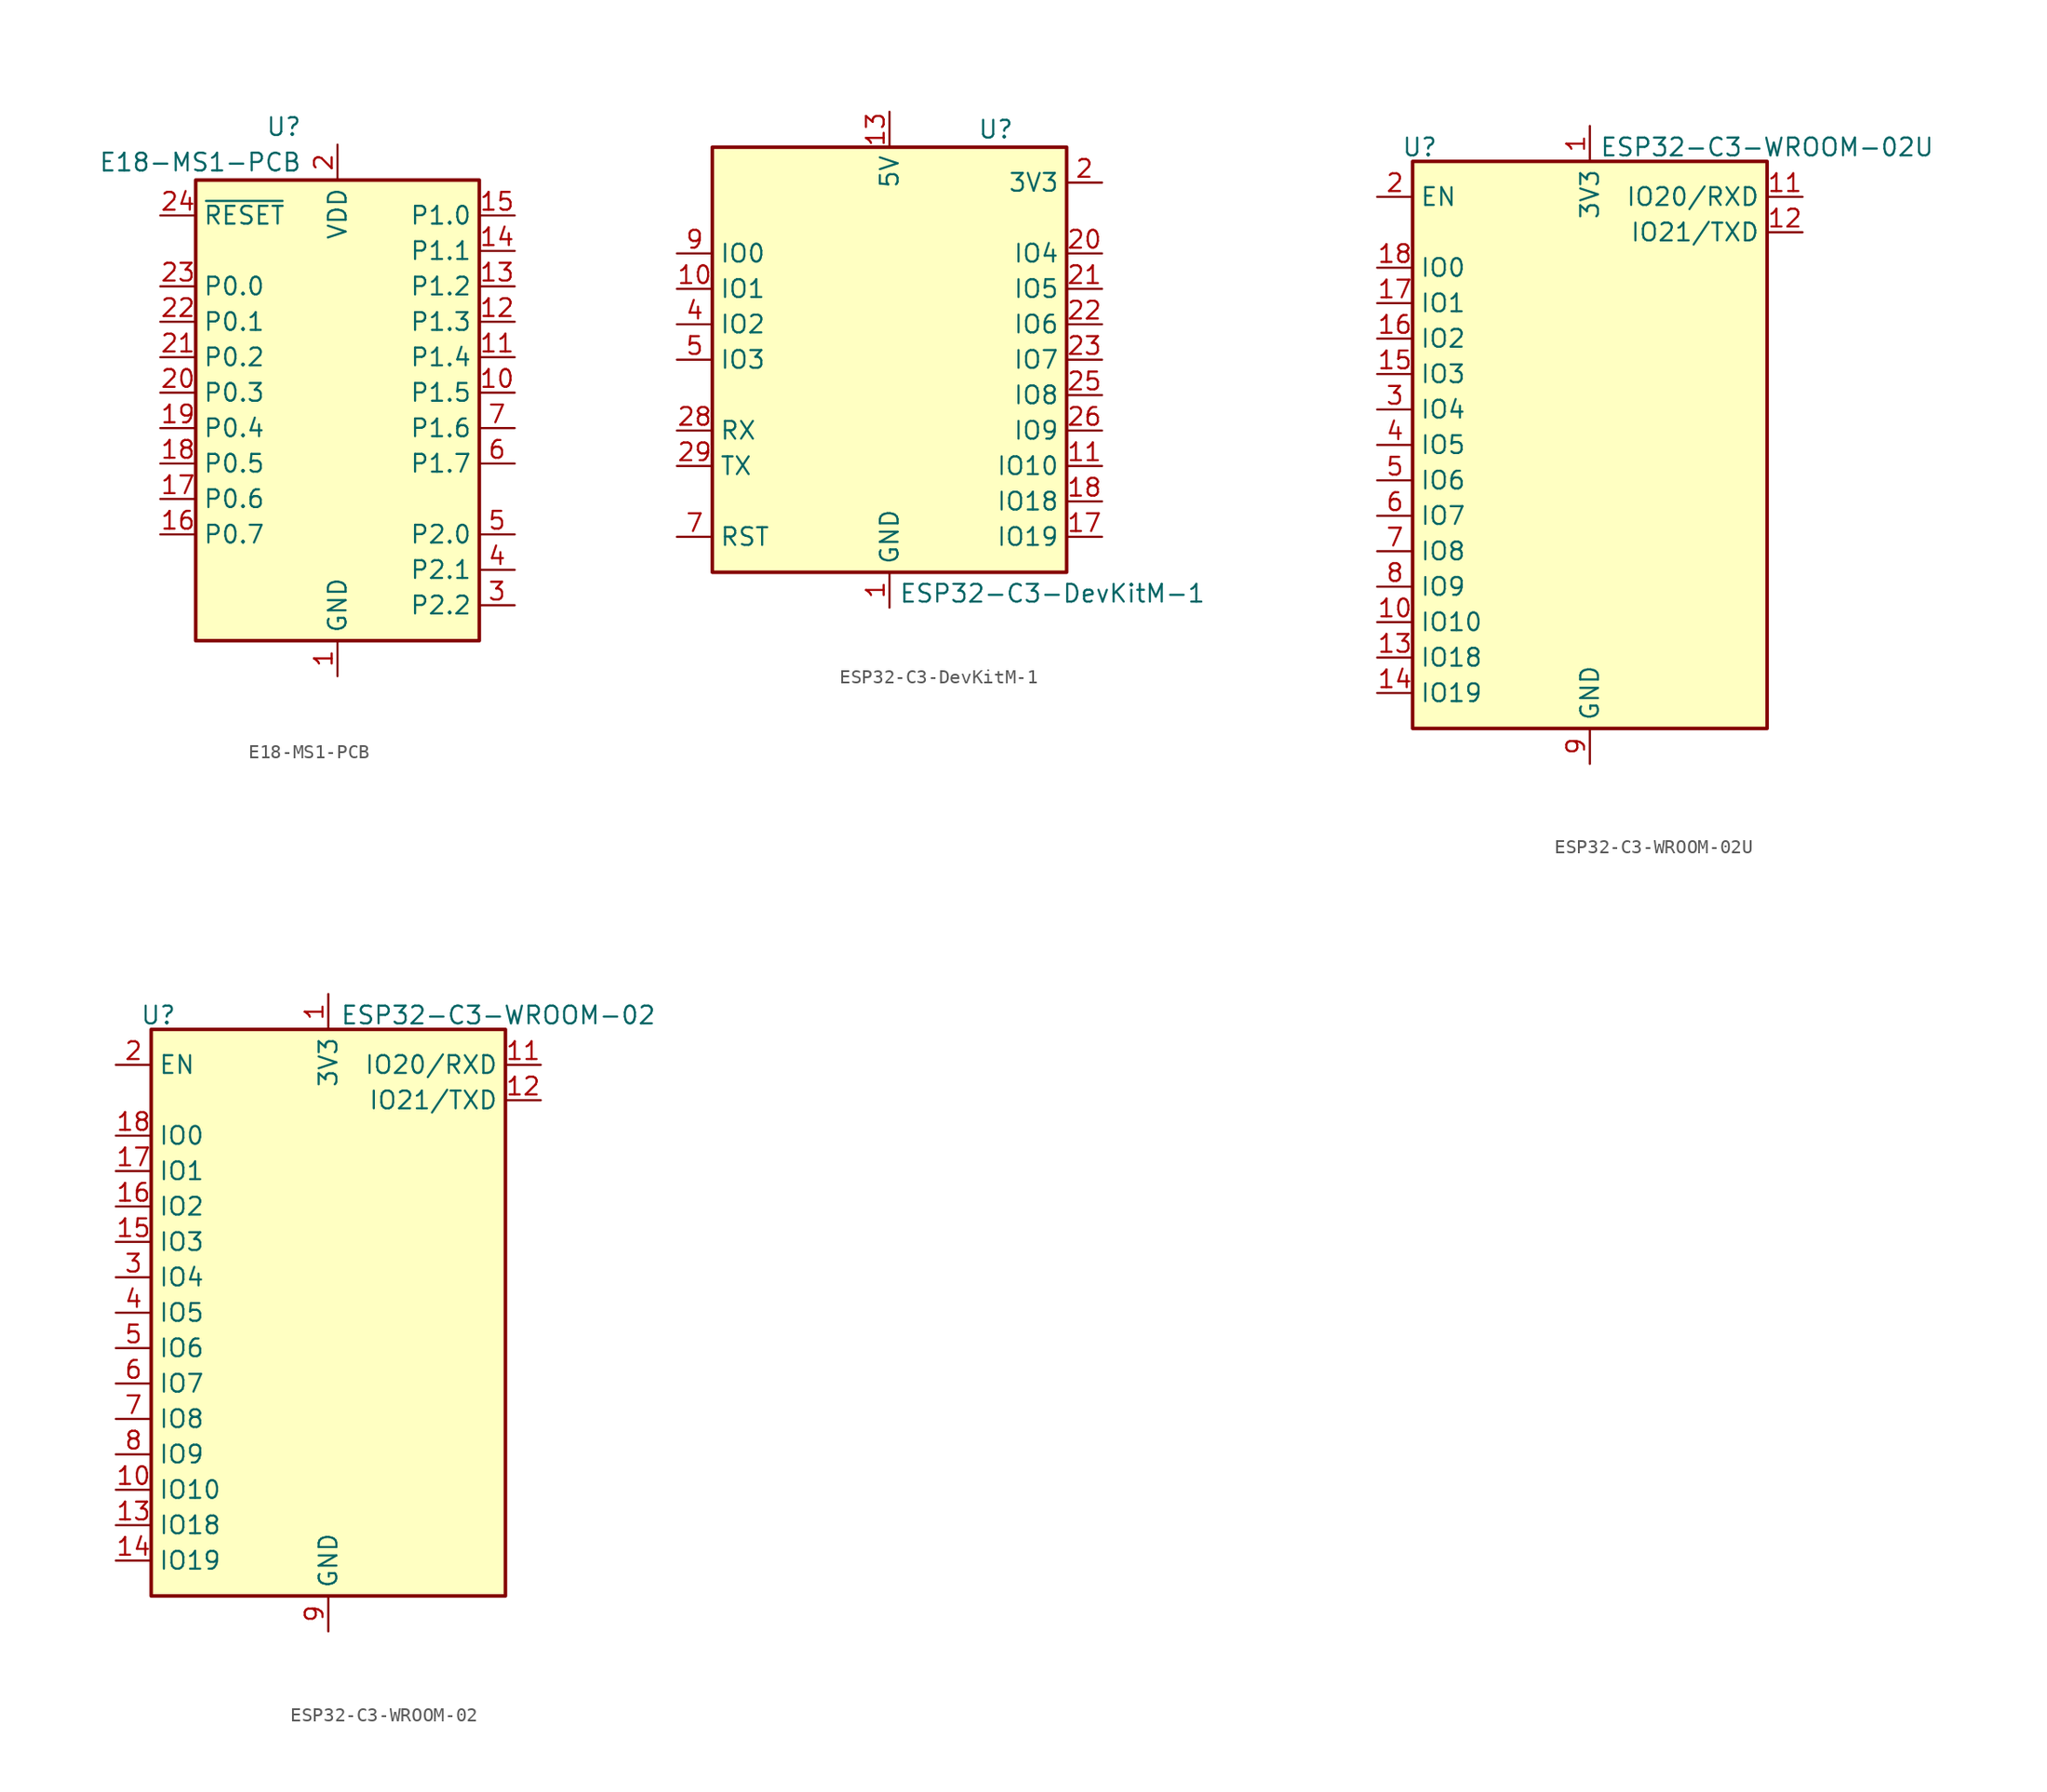
<source format=kicad_sym>
(kicad_symbol_lib
  (version 20241209)
  (generator "kicad_symbol_editor")
  (generator_version "9.0")
  (symbol "E18-MS1-PCB"
    (property "Reference" "U"
      (at -2.54 21.59 0)
      (effects (font (size 1.27 1.27)) (justify right)))
    (property "Value" "E18-MS1-PCB"
      (at -2.54 19.05 0)
      (effects (font (size 1.27 1.27)) (justify right)))
    (symbol "E18-MS1-PCB_0_1"
      (rectangle (start -10.16 17.78) (end 10.16 -15.24) (stroke (width 0.254) (type default)) (fill (type background))))
    (symbol "E18-MS1-PCB_1_1"
      (pin input line (at -12.7 15.24 0) (length 2.54) (name "~{RESET}" (effects (font (size 1.27 1.27)))) (number "24" (effects (font (size 1.27 1.27)))))
      (pin bidirectional line (at -12.7 10.16 0) (length 2.54) (name "P0.0" (effects (font (size 1.27 1.27)))) (number "23" (effects (font (size 1.27 1.27)))))
      (pin bidirectional line (at -12.7 7.62 0) (length 2.54) (name "P0.1" (effects (font (size 1.27 1.27)))) (number "22" (effects (font (size 1.27 1.27)))))
      (pin bidirectional line (at -12.7 5.08 0) (length 2.54) (name "P0.2" (effects (font (size 1.27 1.27)))) (number "21" (effects (font (size 1.27 1.27)))))
      (pin bidirectional line (at -12.7 2.54 0) (length 2.54) (name "P0.3" (effects (font (size 1.27 1.27)))) (number "20" (effects (font (size 1.27 1.27)))))
      (pin bidirectional line (at -12.7 0 0) (length 2.54) (name "P0.4" (effects (font (size 1.27 1.27)))) (number "19" (effects (font (size 1.27 1.27)))))
      (pin bidirectional line (at -12.7 -2.54 0) (length 2.54) (name "P0.5" (effects (font (size 1.27 1.27)))) (number "18" (effects (font (size 1.27 1.27)))))
      (pin bidirectional line (at -12.7 -5.08 0) (length 2.54) (name "P0.6" (effects (font (size 1.27 1.27)))) (number "17" (effects (font (size 1.27 1.27)))))
      (pin bidirectional line (at -12.7 -7.62 0) (length 2.54) (name "P0.7" (effects (font (size 1.27 1.27)))) (number "16" (effects (font (size 1.27 1.27)))))
      (pin no_connect line (at -10.16 -10.16 0) (length 2.54) (hide yes) (name "NC" (effects (font (size 1.27 1.27)))) (number "8" (effects (font (size 1.27 1.27)))))
      (pin no_connect line (at -10.16 -12.7 0) (length 2.54) (hide yes) (name "NC" (effects (font (size 1.27 1.27)))) (number "9" (effects (font (size 1.27 1.27)))))
      (pin power_in line (at 0 20.32 270) (length 2.54) (name "VDD" (effects (font (size 1.27 1.27)))) (number "2" (effects (font (size 1.27 1.27)))))
      (pin power_in line (at 0 -17.78 90) (length 2.54) (name "GND" (effects (font (size 1.27 1.27)))) (number "1" (effects (font (size 1.27 1.27)))))
      (pin bidirectional line (at 12.7 15.24 180) (length 2.54) (name "P1.0" (effects (font (size 1.27 1.27)))) (number "15" (effects (font (size 1.27 1.27)))))
      (pin bidirectional line (at 12.7 12.7 180) (length 2.54) (name "P1.1" (effects (font (size 1.27 1.27)))) (number "14" (effects (font (size 1.27 1.27)))))
      (pin bidirectional line (at 12.7 10.16 180) (length 2.54) (name "P1.2" (effects (font (size 1.27 1.27)))) (number "13" (effects (font (size 1.27 1.27)))))
      (pin bidirectional line (at 12.7 7.62 180) (length 2.54) (name "P1.3" (effects (font (size 1.27 1.27)))) (number "12" (effects (font (size 1.27 1.27)))))
      (pin bidirectional line (at 12.7 5.08 180) (length 2.54) (name "P1.4" (effects (font (size 1.27 1.27)))) (number "11" (effects (font (size 1.27 1.27)))))
      (pin bidirectional line (at 12.7 2.54 180) (length 2.54) (name "P1.5" (effects (font (size 1.27 1.27)))) (number "10" (effects (font (size 1.27 1.27)))))
      (pin bidirectional line (at 12.7 0 180) (length 2.54) (name "P1.6" (effects (font (size 1.27 1.27)))) (number "7" (effects (font (size 1.27 1.27)))))
      (pin bidirectional line (at 12.7 -2.54 180) (length 2.54) (name "P1.7" (effects (font (size 1.27 1.27)))) (number "6" (effects (font (size 1.27 1.27)))))
      (pin bidirectional line (at 12.7 -7.62 180) (length 2.54) (name "P2.0" (effects (font (size 1.27 1.27)))) (number "5" (effects (font (size 1.27 1.27)))))
      (pin bidirectional line (at 12.7 -10.16 180) (length 2.54) (name "P2.1" (effects (font (size 1.27 1.27)))) (number "4" (effects (font (size 1.27 1.27)))))
      (pin bidirectional line (at 12.7 -12.7 180) (length 2.54) (name "P2.2" (effects (font (size 1.27 1.27)))) (number "3" (effects (font (size 1.27 1.27)))))))
  (symbol "ESP32-C3-DevKitM-1"
    (property "Reference" "U"
      (at 7.62 16.51 0)
      (effects (font (size 1.27 1.27))))
    (property "Value" "ESP32-C3-DevKitM-1"
      (at 11.684 -16.764 0)
      (effects (font (size 1.27 1.27))))
    (symbol "ESP32-C3-DevKitM-1_1_1"
      (rectangle (start -12.7 15.24) (end 12.7 -15.24) (stroke (width 0.254) (type default)) (fill (type background)))
      (pin bidirectional line (at -15.24 7.62 0) (length 2.54) (name "IO0" (effects (font (size 1.27 1.27)))) (number "9" (effects (font (size 1.27 1.27)))) (alternate "ADC1_CH0" passive line) (alternate "XTAL_32K_P" passive line))
      (pin bidirectional line (at -15.24 5.08 0) (length 2.54) (name "IO1" (effects (font (size 1.27 1.27)))) (number "10" (effects (font (size 1.27 1.27)))) (alternate "ADC1_CH1" passive line) (alternate "XTAL_32K_N" passive line))
      (pin bidirectional line (at -15.24 2.54 0) (length 2.54) (name "IO2" (effects (font (size 1.27 1.27)))) (number "4" (effects (font (size 1.27 1.27)))) (alternate "ADC1_CH0" passive line) (alternate "FSPIQ" passive line))
      (pin bidirectional line (at -15.24 0 0) (length 2.54) (name "IO3" (effects (font (size 1.27 1.27)))) (number "5" (effects (font (size 1.27 1.27)))) (alternate "ADC1_CH3" passive line))
      (pin input line (at -15.24 -5.08 0) (length 2.54) (name "RX" (effects (font (size 1.27 1.27)))) (number "28" (effects (font (size 1.27 1.27)))) (alternate "IO20" passive line))
      (pin output line (at -15.24 -7.62 0) (length 2.54) (name "TX" (effects (font (size 1.27 1.27)))) (number "29" (effects (font (size 1.27 1.27)))) (alternate "IO21" passive line))
      (pin input line (at -15.24 -12.7 0) (length 2.54) (name "RST" (effects (font (size 1.27 1.27)))) (number "7" (effects (font (size 1.27 1.27)))))
      (pin passive line (at 0 17.78 270) (length 2.54) (name "5V" (effects (font (size 1.27 1.27)))) (number "13" (effects (font (size 1.27 1.27)))))
      (pin passive line (at 0 17.78 270) (length 2.54) (hide yes) (name "5V" (effects (font (size 1.27 1.27)))) (number "14" (effects (font (size 1.27 1.27)))))
      (pin power_in line (at 0 -17.78 90) (length 2.54) (name "GND" (effects (font (size 1.27 1.27)))) (number "1" (effects (font (size 1.27 1.27)))))
      (pin passive line (at 0 -17.78 90) (length 2.54) (hide yes) (name "GND" (effects (font (size 1.27 1.27)))) (number "12" (effects (font (size 1.27 1.27)))))
      (pin passive line (at 0 -17.78 90) (length 2.54) (hide yes) (name "GND" (effects (font (size 1.27 1.27)))) (number "15" (effects (font (size 1.27 1.27)))))
      (pin passive line (at 0 -17.78 90) (length 2.54) (hide yes) (name "GND" (effects (font (size 1.27 1.27)))) (number "16" (effects (font (size 1.27 1.27)))))
      (pin passive line (at 0 -17.78 90) (length 2.54) (hide yes) (name "GND" (effects (font (size 1.27 1.27)))) (number "19" (effects (font (size 1.27 1.27)))))
      (pin passive line (at 0 -17.78 90) (length 2.54) (hide yes) (name "GND" (effects (font (size 1.27 1.27)))) (number "24" (effects (font (size 1.27 1.27)))))
      (pin passive line (at 0 -17.78 90) (length 2.54) (hide yes) (name "GND" (effects (font (size 1.27 1.27)))) (number "27" (effects (font (size 1.27 1.27)))))
      (pin passive line (at 0 -17.78 90) (length 2.54) (hide yes) (name "GND" (effects (font (size 1.27 1.27)))) (number "30" (effects (font (size 1.27 1.27)))))
      (pin passive line (at 0 -17.78 90) (length 2.54) (hide yes) (name "GND" (effects (font (size 1.27 1.27)))) (number "6" (effects (font (size 1.27 1.27)))))
      (pin passive line (at 0 -17.78 90) (length 2.54) (hide yes) (name "GND" (effects (font (size 1.27 1.27)))) (number "8" (effects (font (size 1.27 1.27)))))
      (pin power_out line (at 15.24 12.7 180) (length 2.54) (name "3V3" (effects (font (size 1.27 1.27)))) (number "2" (effects (font (size 1.27 1.27)))))
      (pin passive line (at 15.24 12.7 180) (length 2.54) (hide yes) (name "3V3" (effects (font (size 1.27 1.27)))) (number "3" (effects (font (size 1.27 1.27)))))
      (pin bidirectional line (at 15.24 7.62 180) (length 2.54) (name "IO4" (effects (font (size 1.27 1.27)))) (number "20" (effects (font (size 1.27 1.27)))) (alternate "ADC1_CH4" passive line) (alternate "FSPIHD" passive line) (alternate "MTMS" passive line))
      (pin bidirectional line (at 15.24 5.08 180) (length 2.54) (name "IO5" (effects (font (size 1.27 1.27)))) (number "21" (effects (font (size 1.27 1.27)))) (alternate "ADC2_CH0" passive line) (alternate "FSPIWP" passive line) (alternate "MTDI" passive line))
      (pin bidirectional line (at 15.24 2.54 180) (length 2.54) (name "IO6" (effects (font (size 1.27 1.27)))) (number "22" (effects (font (size 1.27 1.27)))) (alternate "FSPICLK" passive line) (alternate "MTCK" passive line))
      (pin bidirectional line (at 15.24 0 180) (length 2.54) (name "IO7" (effects (font (size 1.27 1.27)))) (number "23" (effects (font (size 1.27 1.27)))) (alternate "FSPID" passive line) (alternate "MTDO" passive line))
      (pin bidirectional line (at 15.24 -2.54 180) (length 2.54) (name "IO8" (effects (font (size 1.27 1.27)))) (number "25" (effects (font (size 1.27 1.27)))))
      (pin bidirectional line (at 15.24 -5.08 180) (length 2.54) (name "IO9" (effects (font (size 1.27 1.27)))) (number "26" (effects (font (size 1.27 1.27)))))
      (pin bidirectional line (at 15.24 -7.62 180) (length 2.54) (name "IO10" (effects (font (size 1.27 1.27)))) (number "11" (effects (font (size 1.27 1.27)))) (alternate "FSPICS0" passive line))
      (pin bidirectional line (at 15.24 -10.16 180) (length 2.54) (name "IO18" (effects (font (size 1.27 1.27)))) (number "18" (effects (font (size 1.27 1.27)))) (alternate "USB_D-" passive line))
      (pin bidirectional line (at 15.24 -12.7 180) (length 2.54) (name "IO19" (effects (font (size 1.27 1.27)))) (number "17" (effects (font (size 1.27 1.27)))) (alternate "USB_D+" passive line))))
  (symbol "ESP32-C3-WROOM-02U"
    (property "Reference" "U"
      (at -12.192 21.336 0)
      (effects (font (size 1.27 1.27))))
    (property "Value" "ESP32-C3-WROOM-02U"
      (at 12.7 21.336 0)
      (effects (font (size 1.27 1.27))))
    (symbol "ESP32-C3-WROOM-02U_1_1"
      (rectangle (start -12.7 20.32) (end 12.7 -20.32) (stroke (width 0.254) (type default)) (fill (type background)))
      (pin input line (at -15.24 17.78 0) (length 2.54) (name "EN" (effects (font (size 1.27 1.27)))) (number "2" (effects (font (size 1.27 1.27)))))
      (pin bidirectional line (at -15.24 12.7 0) (length 2.54) (name "IO0" (effects (font (size 1.27 1.27)))) (number "18" (effects (font (size 1.27 1.27)))))
      (pin bidirectional line (at -15.24 10.16 0) (length 2.54) (name "IO1" (effects (font (size 1.27 1.27)))) (number "17" (effects (font (size 1.27 1.27)))))
      (pin bidirectional line (at -15.24 7.62 0) (length 2.54) (name "IO2" (effects (font (size 1.27 1.27)))) (number "16" (effects (font (size 1.27 1.27)))))
      (pin bidirectional line (at -15.24 5.08 0) (length 2.54) (name "IO3" (effects (font (size 1.27 1.27)))) (number "15" (effects (font (size 1.27 1.27)))))
      (pin bidirectional line (at -15.24 2.54 0) (length 2.54) (name "IO4" (effects (font (size 1.27 1.27)))) (number "3" (effects (font (size 1.27 1.27)))))
      (pin bidirectional line (at -15.24 0 0) (length 2.54) (name "IO5" (effects (font (size 1.27 1.27)))) (number "4" (effects (font (size 1.27 1.27)))))
      (pin bidirectional line (at -15.24 -2.54 0) (length 2.54) (name "IO6" (effects (font (size 1.27 1.27)))) (number "5" (effects (font (size 1.27 1.27)))))
      (pin bidirectional line (at -15.24 -5.08 0) (length 2.54) (name "IO7" (effects (font (size 1.27 1.27)))) (number "6" (effects (font (size 1.27 1.27)))))
      (pin bidirectional line (at -15.24 -7.62 0) (length 2.54) (name "IO8" (effects (font (size 1.27 1.27)))) (number "7" (effects (font (size 1.27 1.27)))))
      (pin bidirectional line (at -15.24 -10.16 0) (length 2.54) (name "IO9" (effects (font (size 1.27 1.27)))) (number "8" (effects (font (size 1.27 1.27)))))
      (pin bidirectional line (at -15.24 -12.7 0) (length 2.54) (name "IO10" (effects (font (size 1.27 1.27)))) (number "10" (effects (font (size 1.27 1.27)))))
      (pin bidirectional line (at -15.24 -15.24 0) (length 2.54) (name "IO18" (effects (font (size 1.27 1.27)))) (number "13" (effects (font (size 1.27 1.27)))))
      (pin bidirectional line (at -15.24 -17.78 0) (length 2.54) (name "IO19" (effects (font (size 1.27 1.27)))) (number "14" (effects (font (size 1.27 1.27)))))
      (pin power_in line (at 0 22.86 270) (length 2.54) (name "3V3" (effects (font (size 1.27 1.27)))) (number "1" (effects (font (size 1.27 1.27)))))
      (pin passive line (at 0 -22.86 90) (length 2.54) (hide yes) (name "GND" (effects (font (size 1.27 1.27)))) (number "19" (effects (font (size 1.27 1.27)))))
      (pin power_in line (at 0 -22.86 90) (length 2.54) (name "GND" (effects (font (size 1.27 1.27)))) (number "9" (effects (font (size 1.27 1.27)))))
      (pin bidirectional line (at 15.24 17.78 180) (length 2.54) (name "IO20/RXD" (effects (font (size 1.27 1.27)))) (number "11" (effects (font (size 1.27 1.27)))))
      (pin bidirectional line (at 15.24 15.24 180) (length 2.54) (name "IO21/TXD" (effects (font (size 1.27 1.27)))) (number "12" (effects (font (size 1.27 1.27)))))))
  (symbol "ESP32-C3-WROOM-02"
    (property "Reference" "U"
      (at -12.192 21.336 0)
      (effects (font (size 1.27 1.27))))
    (property "Value" "ESP32-C3-WROOM-02"
      (at 12.192 21.336 0)
      (effects (font (size 1.27 1.27))))
    (symbol "ESP32-C3-WROOM-02_1_1"
      (rectangle (start -12.7 20.32) (end 12.7 -20.32) (stroke (width 0.254) (type default)) (fill (type background)))
      (pin input line (at -15.24 17.78 0) (length 2.54) (name "EN" (effects (font (size 1.27 1.27)))) (number "2" (effects (font (size 1.27 1.27)))))
      (pin bidirectional line (at -15.24 12.7 0) (length 2.54) (name "IO0" (effects (font (size 1.27 1.27)))) (number "18" (effects (font (size 1.27 1.27)))))
      (pin bidirectional line (at -15.24 10.16 0) (length 2.54) (name "IO1" (effects (font (size 1.27 1.27)))) (number "17" (effects (font (size 1.27 1.27)))))
      (pin bidirectional line (at -15.24 7.62 0) (length 2.54) (name "IO2" (effects (font (size 1.27 1.27)))) (number "16" (effects (font (size 1.27 1.27)))))
      (pin bidirectional line (at -15.24 5.08 0) (length 2.54) (name "IO3" (effects (font (size 1.27 1.27)))) (number "15" (effects (font (size 1.27 1.27)))))
      (pin bidirectional line (at -15.24 2.54 0) (length 2.54) (name "IO4" (effects (font (size 1.27 1.27)))) (number "3" (effects (font (size 1.27 1.27)))))
      (pin bidirectional line (at -15.24 0 0) (length 2.54) (name "IO5" (effects (font (size 1.27 1.27)))) (number "4" (effects (font (size 1.27 1.27)))))
      (pin bidirectional line (at -15.24 -2.54 0) (length 2.54) (name "IO6" (effects (font (size 1.27 1.27)))) (number "5" (effects (font (size 1.27 1.27)))))
      (pin bidirectional line (at -15.24 -5.08 0) (length 2.54) (name "IO7" (effects (font (size 1.27 1.27)))) (number "6" (effects (font (size 1.27 1.27)))))
      (pin bidirectional line (at -15.24 -7.62 0) (length 2.54) (name "IO8" (effects (font (size 1.27 1.27)))) (number "7" (effects (font (size 1.27 1.27)))))
      (pin bidirectional line (at -15.24 -10.16 0) (length 2.54) (name "IO9" (effects (font (size 1.27 1.27)))) (number "8" (effects (font (size 1.27 1.27)))))
      (pin bidirectional line (at -15.24 -12.7 0) (length 2.54) (name "IO10" (effects (font (size 1.27 1.27)))) (number "10" (effects (font (size 1.27 1.27)))))
      (pin bidirectional line (at -15.24 -15.24 0) (length 2.54) (name "IO18" (effects (font (size 1.27 1.27)))) (number "13" (effects (font (size 1.27 1.27)))))
      (pin bidirectional line (at -15.24 -17.78 0) (length 2.54) (name "IO19" (effects (font (size 1.27 1.27)))) (number "14" (effects (font (size 1.27 1.27)))))
      (pin power_in line (at 0 22.86 270) (length 2.54) (name "3V3" (effects (font (size 1.27 1.27)))) (number "1" (effects (font (size 1.27 1.27)))))
      (pin passive line (at 0 -22.86 90) (length 2.54) (hide yes) (name "GND" (effects (font (size 1.27 1.27)))) (number "19" (effects (font (size 1.27 1.27)))))
      (pin power_in line (at 0 -22.86 90) (length 2.54) (name "GND" (effects (font (size 1.27 1.27)))) (number "9" (effects (font (size 1.27 1.27)))))
      (pin bidirectional line (at 15.24 17.78 180) (length 2.54) (name "IO20/RXD" (effects (font (size 1.27 1.27)))) (number "11" (effects (font (size 1.27 1.27)))))
      (pin bidirectional line (at 15.24 15.24 180) (length 2.54) (name "IO21/TXD" (effects (font (size 1.27 1.27)))) (number "12" (effects (font (size 1.27 1.27))))))))
</source>
